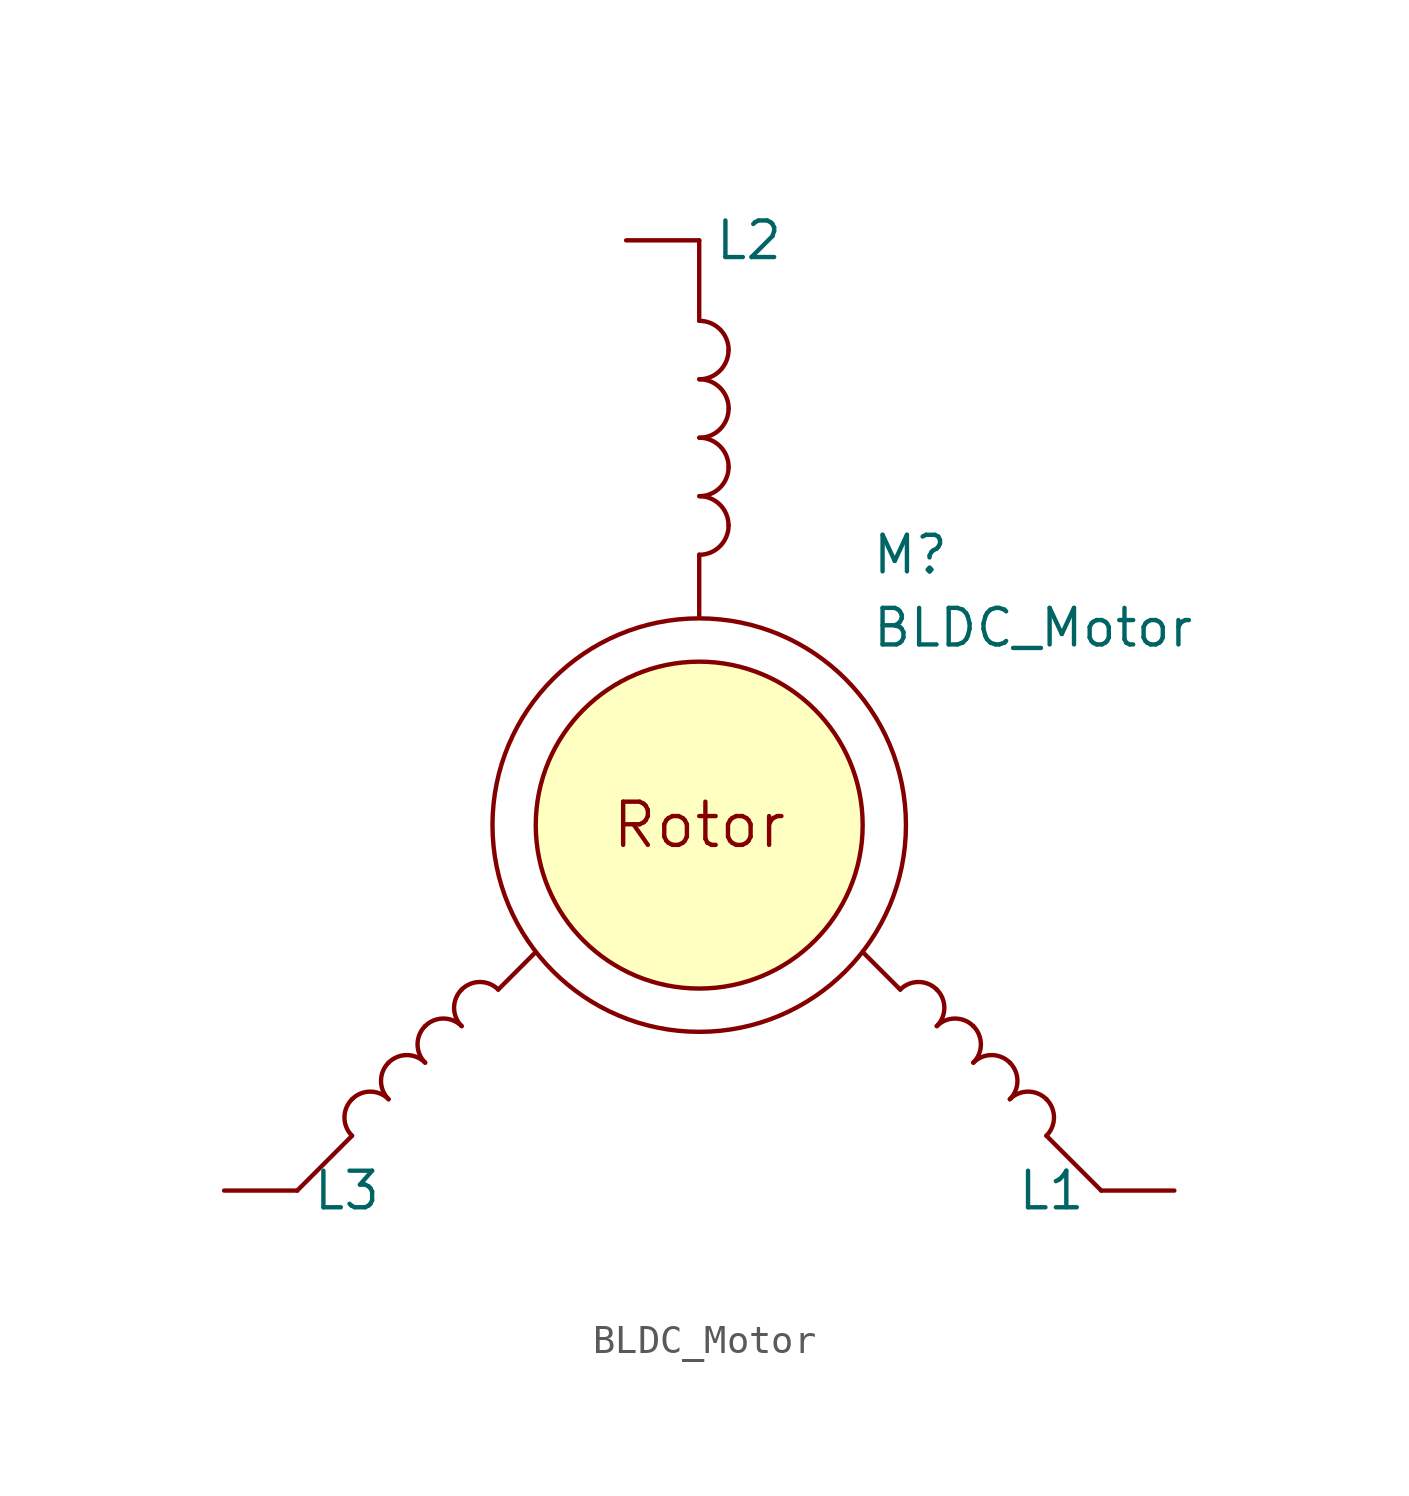
<source format=kicad_sym>
(kicad_symbol_lib
  (version 20220914)
  (generator kicad_symbol_editor)
  (symbol "BLDC_Motor"
    (property "Reference" "M"
      (at 5.969 8.128 0)
      (effects (font (size 1.27 1.27)) (justify left)))
    (property "Value" "BLDC_Motor"
      (at 5.969 5.588 0)
      (effects (font (size 1.27 1.27)) (justify left)))
    (symbol "BLDC_Motor_0_1"
      (arc (start -12.065 -10.7949) (mid -12.328 -11.4299) (end -12.065 -12.0649) (stroke (width 0) (type default)) (fill (type none)))
      (arc (start -10.795 -10.7949) (mid -11.43 -10.5319) (end -12.065 -10.7949) (stroke (width 0) (type default)) (fill (type none)))
      (arc (start -10.795 -9.5249) (mid -11.058 -10.1599) (end -10.795 -10.7949) (stroke (width 0) (type default)) (fill (type none)))
      (arc (start -9.525 -9.5249) (mid -10.16 -9.2619) (end -10.795 -9.5249) (stroke (width 0) (type default)) (fill (type none)))
      (arc (start -9.525 -8.2549) (mid -9.788 -8.8899) (end -9.525 -9.5249) (stroke (width 0) (type default)) (fill (type none)))
      (arc (start -8.255 -8.2549) (mid -8.89 -7.9919) (end -9.525 -8.2549) (stroke (width 0) (type default)) (fill (type none)))
      (arc (start -8.255 -6.985) (mid -8.518 -7.62) (end -8.255 -8.255) (stroke (width 0) (type default)) (fill (type none)))
      (arc (start -6.985 -6.985) (mid -7.62 -6.722) (end -8.255 -6.985) (stroke (width 0) (type default)) (fill (type none)))
      (circle (center 0 -1.27) (radius 5.68) (stroke (width 0) (type default)) (fill (type background)))
      (circle (center 0 -1.27) (radius 7.184) (stroke (width 0) (type default)) (fill (type none)))
      (polyline (pts (xy -12.065 -12.065) (xy -13.97 -13.97)) (stroke (width 0) (type default)) (fill (type none)))
      (polyline (pts (xy -5.715 -5.715) (xy -6.985 -6.985)) (stroke (width 0) (type default)) (fill (type none)))
      (polyline (pts (xy 0 8.128) (xy 0 5.969)) (stroke (width 0) (type default)) (fill (type none)))
      (polyline (pts (xy 0 19.05) (xy 0 16.256)) (stroke (width 0) (type default)) (fill (type none)))
      (polyline (pts (xy 5.715 -5.715) (xy 6.985 -6.985)) (stroke (width 0) (type default)) (fill (type none)))
      (polyline (pts (xy 12.065 -12.065) (xy 13.97 -13.97)) (stroke (width 0) (type default)) (fill (type none)))
      (arc (start 0.0023 14.2217) (mid 0.72 14.52) (end 1.0183 15.2377) (stroke (width 0) (type default)) (fill (type none)))
      (arc (start 0.0048 8.1232) (mid 0.7225 8.4215) (end 1.0208 9.1392) (stroke (width 0) (type default)) (fill (type none)))
      (arc (start 0.0048 10.1552) (mid 0.7225 10.4535) (end 1.0208 11.1712) (stroke (width 0) (type default)) (fill (type none)))
      (arc (start 0.0048 12.1872) (mid 0.7225 12.4855) (end 1.0208 13.2032) (stroke (width 0) (type default)) (fill (type none)))
      (arc (start 1.0183 15.2377) (mid 0.7207 15.9561) (end 0.0023 16.2537) (stroke (width 0) (type default)) (fill (type none)))
      (arc (start 1.0208 9.1442) (mid 0.7225 9.8619) (end 0.0048 10.1602) (stroke (width 0) (type default)) (fill (type none)))
      (arc (start 1.0208 11.1762) (mid 0.7225 11.8939) (end 0.0048 12.1922) (stroke (width 0) (type default)) (fill (type none)))
      (arc (start 1.0208 13.2082) (mid 0.7225 13.9259) (end 0.0048 14.2242) (stroke (width 0) (type default)) (fill (type none)))
      (arc (start 8.255 -8.255) (mid 8.518 -7.62) (end 8.255 -6.985) (stroke (width 0) (type default)) (fill (type none)))
      (arc (start 8.255 -6.985) (mid 7.62 -6.722) (end 6.985 -6.985) (stroke (width 0) (type default)) (fill (type none)))
      (arc (start 9.525 -9.5249) (mid 9.788 -8.8899) (end 9.525 -8.2549) (stroke (width 0) (type default)) (fill (type none)))
      (arc (start 9.525 -8.2549) (mid 8.89 -7.9919) (end 8.255 -8.2549) (stroke (width 0) (type default)) (fill (type none)))
      (arc (start 10.795 -10.7949) (mid 11.058 -10.1599) (end 10.795 -9.5249) (stroke (width 0) (type default)) (fill (type none)))
      (arc (start 10.795 -9.5249) (mid 10.16 -9.2619) (end 9.525 -9.5249) (stroke (width 0) (type default)) (fill (type none)))
      (arc (start 12.065 -12.0649) (mid 12.328 -11.4299) (end 12.065 -10.7949) (stroke (width 0) (type default)) (fill (type none)))
      (arc (start 12.065 -10.7949) (mid 11.43 -10.5319) (end 10.795 -10.7949) (stroke (width 0) (type default)) (fill (type none)))
      (text "Rotor" (at 0 -1.27 0) (effects (font (size 1.5 1.5)))))
    (symbol "BLDC_Motor_1_1"
      (pin input line (at 16.51 -13.97 180) (length 2.54) (name "L1" (effects (font (size 1.27 1.27)))) (number "" (effects (font (size 1.27 1.27)))))
      (pin input line (at -2.54 19.05 0) (length 2.54) (name "L2" (effects (font (size 1.27 1.27)))) (number "" (effects (font (size 1.27 1.27)))))
      (pin input line (at -16.51 -13.97 0) (length 2.54) (name "L3" (effects (font (size 1.27 1.27)))) (number "" (effects (font (size 1.27 1.27))))))))
</source>
